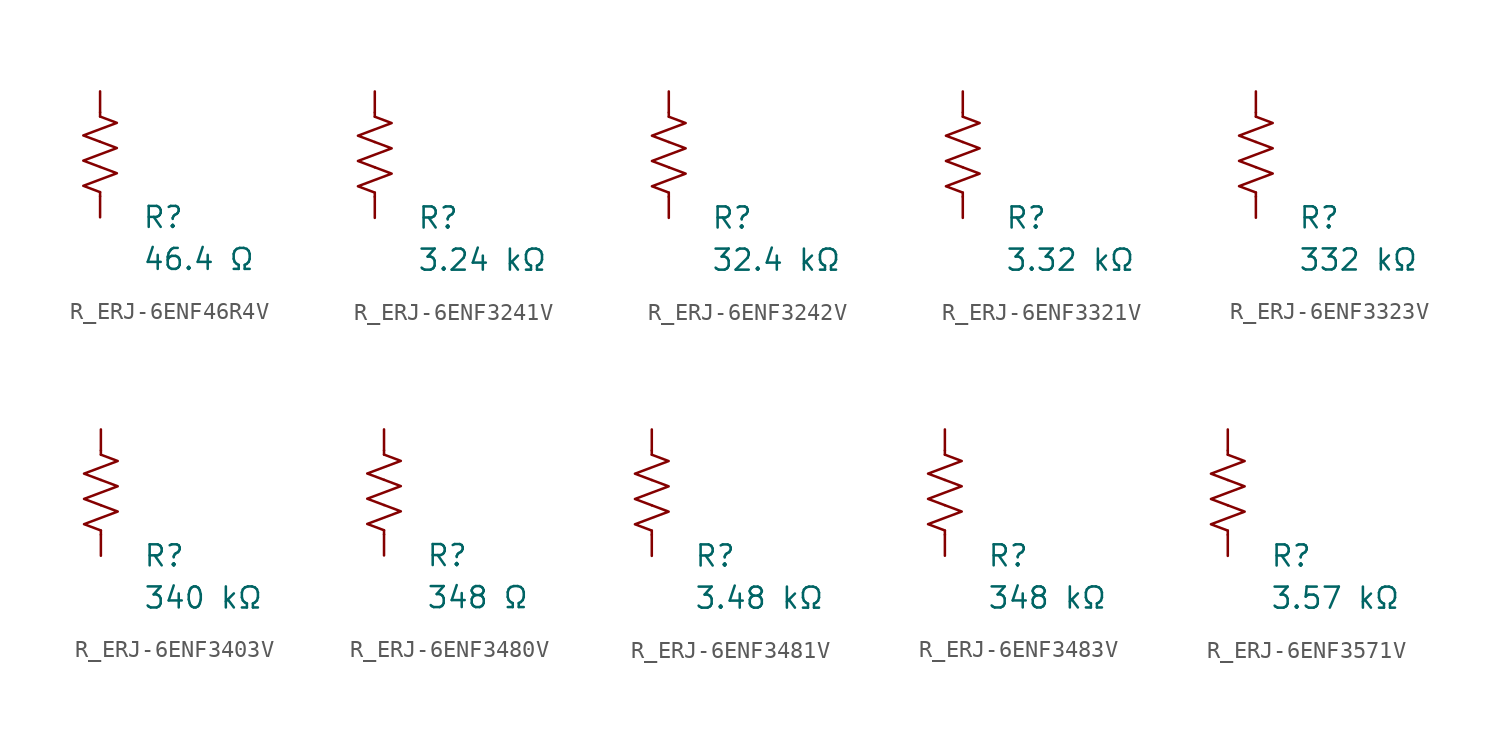
<source format=kicad_sym>
(kicad_symbol_lib
  (version 20231120)
  (generator "kicad_symbol_editor")
  (generator_version "8.0")
  (symbol "R_ERJ-6ENF46R4V"
    (pin_numbers hide)
    (pin_names
      (offset 0))
    (property "Reference" "R"
      (at 2.54 -3.81 0)
      (effects (font (size 1.27 1.27)) (justify left))
      (show_name no))
    (property "Value" "46.4 Ω"
      (at 2.54 -6.35 0)
      (effects (font (size 1.27 1.27)) (justify left))
      (show_name no))
    (symbol "R_ERJ-6ENF46R4V_0_1"
      (polyline (pts (xy 0 -2.286) (xy 0 -2.54)) (stroke (width 0) (type default)) (fill (type none)))
      (polyline (pts (xy 0 2.286) (xy 0 2.54)) (stroke (width 0) (type default)) (fill (type none)))
      (polyline (pts (xy 0 -0.762) (xy 1.016 -1.143) (xy 0 -1.524) (xy -1.016 -1.905) (xy 0 -2.286)) (stroke (width 0) (type default)) (fill (type none)))
      (polyline (pts (xy 0 0.762) (xy 1.016 0.381) (xy 0 0) (xy -1.016 -0.381) (xy 0 -0.762)) (stroke (width 0) (type default)) (fill (type none)))
      (polyline (pts (xy 0 2.286) (xy 1.016 1.905) (xy 0 1.524) (xy -1.016 1.143) (xy 0 0.762)) (stroke (width 0) (type default)) (fill (type none))))
    (symbol "R_ERJ-6ENF46R4V_1_1"
      (pin passive line (at 0 3.81 270) (length 1.27) (name "~" (effects (font (size 1.27 1.27)))) (number "1" (effects (font (size 1.27 1.27)))))
      (pin passive line (at 0 -3.81 90) (length 1.27) (name "~" (effects (font (size 1.27 1.27)))) (number "2" (effects (font (size 1.27 1.27)))))))
  (symbol "R_ERJ-6ENF3241V"
    (pin_numbers hide)
    (pin_names
      (offset 0))
    (property "Reference" "R"
      (at 2.54 -3.81 0)
      (effects (font (size 1.27 1.27)) (justify left))
      (show_name no))
    (property "Value" "3.24 kΩ"
      (at 2.54 -6.35 0)
      (effects (font (size 1.27 1.27)) (justify left))
      (show_name no))
    (symbol "R_ERJ-6ENF3241V_0_1"
      (polyline (pts (xy 0 -2.286) (xy 0 -2.54)) (stroke (width 0) (type default)) (fill (type none)))
      (polyline (pts (xy 0 2.286) (xy 0 2.54)) (stroke (width 0) (type default)) (fill (type none)))
      (polyline (pts (xy 0 -0.762) (xy 1.016 -1.143) (xy 0 -1.524) (xy -1.016 -1.905) (xy 0 -2.286)) (stroke (width 0) (type default)) (fill (type none)))
      (polyline (pts (xy 0 0.762) (xy 1.016 0.381) (xy 0 0) (xy -1.016 -0.381) (xy 0 -0.762)) (stroke (width 0) (type default)) (fill (type none)))
      (polyline (pts (xy 0 2.286) (xy 1.016 1.905) (xy 0 1.524) (xy -1.016 1.143) (xy 0 0.762)) (stroke (width 0) (type default)) (fill (type none))))
    (symbol "R_ERJ-6ENF3241V_1_1"
      (pin passive line (at 0 3.81 270) (length 1.27) (name "~" (effects (font (size 1.27 1.27)))) (number "1" (effects (font (size 1.27 1.27)))))
      (pin passive line (at 0 -3.81 90) (length 1.27) (name "~" (effects (font (size 1.27 1.27)))) (number "2" (effects (font (size 1.27 1.27)))))))
  (symbol "R_ERJ-6ENF3242V"
    (pin_numbers hide)
    (pin_names
      (offset 0))
    (property "Reference" "R"
      (at 2.54 -3.81 0)
      (effects (font (size 1.27 1.27)) (justify left))
      (show_name no))
    (property "Value" "32.4 kΩ"
      (at 2.54 -6.35 0)
      (effects (font (size 1.27 1.27)) (justify left))
      (show_name no))
    (symbol "R_ERJ-6ENF3242V_0_1"
      (polyline (pts (xy 0 -2.286) (xy 0 -2.54)) (stroke (width 0) (type default)) (fill (type none)))
      (polyline (pts (xy 0 2.286) (xy 0 2.54)) (stroke (width 0) (type default)) (fill (type none)))
      (polyline (pts (xy 0 -0.762) (xy 1.016 -1.143) (xy 0 -1.524) (xy -1.016 -1.905) (xy 0 -2.286)) (stroke (width 0) (type default)) (fill (type none)))
      (polyline (pts (xy 0 0.762) (xy 1.016 0.381) (xy 0 0) (xy -1.016 -0.381) (xy 0 -0.762)) (stroke (width 0) (type default)) (fill (type none)))
      (polyline (pts (xy 0 2.286) (xy 1.016 1.905) (xy 0 1.524) (xy -1.016 1.143) (xy 0 0.762)) (stroke (width 0) (type default)) (fill (type none))))
    (symbol "R_ERJ-6ENF3242V_1_1"
      (pin passive line (at 0 3.81 270) (length 1.27) (name "~" (effects (font (size 1.27 1.27)))) (number "1" (effects (font (size 1.27 1.27)))))
      (pin passive line (at 0 -3.81 90) (length 1.27) (name "~" (effects (font (size 1.27 1.27)))) (number "2" (effects (font (size 1.27 1.27)))))))
  (symbol "R_ERJ-6ENF3321V"
    (pin_numbers hide)
    (pin_names
      (offset 0))
    (property "Reference" "R"
      (at 2.54 -3.81 0)
      (effects (font (size 1.27 1.27)) (justify left))
      (show_name no))
    (property "Value" "3.32 kΩ"
      (at 2.54 -6.35 0)
      (effects (font (size 1.27 1.27)) (justify left))
      (show_name no))
    (symbol "R_ERJ-6ENF3321V_0_1"
      (polyline (pts (xy 0 -2.286) (xy 0 -2.54)) (stroke (width 0) (type default)) (fill (type none)))
      (polyline (pts (xy 0 2.286) (xy 0 2.54)) (stroke (width 0) (type default)) (fill (type none)))
      (polyline (pts (xy 0 -0.762) (xy 1.016 -1.143) (xy 0 -1.524) (xy -1.016 -1.905) (xy 0 -2.286)) (stroke (width 0) (type default)) (fill (type none)))
      (polyline (pts (xy 0 0.762) (xy 1.016 0.381) (xy 0 0) (xy -1.016 -0.381) (xy 0 -0.762)) (stroke (width 0) (type default)) (fill (type none)))
      (polyline (pts (xy 0 2.286) (xy 1.016 1.905) (xy 0 1.524) (xy -1.016 1.143) (xy 0 0.762)) (stroke (width 0) (type default)) (fill (type none))))
    (symbol "R_ERJ-6ENF3321V_1_1"
      (pin passive line (at 0 3.81 270) (length 1.27) (name "~" (effects (font (size 1.27 1.27)))) (number "1" (effects (font (size 1.27 1.27)))))
      (pin passive line (at 0 -3.81 90) (length 1.27) (name "~" (effects (font (size 1.27 1.27)))) (number "2" (effects (font (size 1.27 1.27)))))))
  (symbol "R_ERJ-6ENF3323V"
    (pin_numbers hide)
    (pin_names
      (offset 0))
    (property "Reference" "R"
      (at 2.54 -3.81 0)
      (effects (font (size 1.27 1.27)) (justify left))
      (show_name no))
    (property "Value" "332 kΩ"
      (at 2.54 -6.35 0)
      (effects (font (size 1.27 1.27)) (justify left))
      (show_name no))
    (symbol "R_ERJ-6ENF3323V_0_1"
      (polyline (pts (xy 0 -2.286) (xy 0 -2.54)) (stroke (width 0) (type default)) (fill (type none)))
      (polyline (pts (xy 0 2.286) (xy 0 2.54)) (stroke (width 0) (type default)) (fill (type none)))
      (polyline (pts (xy 0 -0.762) (xy 1.016 -1.143) (xy 0 -1.524) (xy -1.016 -1.905) (xy 0 -2.286)) (stroke (width 0) (type default)) (fill (type none)))
      (polyline (pts (xy 0 0.762) (xy 1.016 0.381) (xy 0 0) (xy -1.016 -0.381) (xy 0 -0.762)) (stroke (width 0) (type default)) (fill (type none)))
      (polyline (pts (xy 0 2.286) (xy 1.016 1.905) (xy 0 1.524) (xy -1.016 1.143) (xy 0 0.762)) (stroke (width 0) (type default)) (fill (type none))))
    (symbol "R_ERJ-6ENF3323V_1_1"
      (pin passive line (at 0 3.81 270) (length 1.27) (name "~" (effects (font (size 1.27 1.27)))) (number "1" (effects (font (size 1.27 1.27)))))
      (pin passive line (at 0 -3.81 90) (length 1.27) (name "~" (effects (font (size 1.27 1.27)))) (number "2" (effects (font (size 1.27 1.27)))))))
  (symbol "R_ERJ-6ENF3403V"
    (pin_numbers hide)
    (pin_names
      (offset 0))
    (property "Reference" "R"
      (at 2.54 -3.81 0)
      (effects (font (size 1.27 1.27)) (justify left))
      (show_name no))
    (property "Value" "340 kΩ"
      (at 2.54 -6.35 0)
      (effects (font (size 1.27 1.27)) (justify left))
      (show_name no))
    (symbol "R_ERJ-6ENF3403V_0_1"
      (polyline (pts (xy 0 -2.286) (xy 0 -2.54)) (stroke (width 0) (type default)) (fill (type none)))
      (polyline (pts (xy 0 2.286) (xy 0 2.54)) (stroke (width 0) (type default)) (fill (type none)))
      (polyline (pts (xy 0 -0.762) (xy 1.016 -1.143) (xy 0 -1.524) (xy -1.016 -1.905) (xy 0 -2.286)) (stroke (width 0) (type default)) (fill (type none)))
      (polyline (pts (xy 0 0.762) (xy 1.016 0.381) (xy 0 0) (xy -1.016 -0.381) (xy 0 -0.762)) (stroke (width 0) (type default)) (fill (type none)))
      (polyline (pts (xy 0 2.286) (xy 1.016 1.905) (xy 0 1.524) (xy -1.016 1.143) (xy 0 0.762)) (stroke (width 0) (type default)) (fill (type none))))
    (symbol "R_ERJ-6ENF3403V_1_1"
      (pin passive line (at 0 3.81 270) (length 1.27) (name "~" (effects (font (size 1.27 1.27)))) (number "1" (effects (font (size 1.27 1.27)))))
      (pin passive line (at 0 -3.81 90) (length 1.27) (name "~" (effects (font (size 1.27 1.27)))) (number "2" (effects (font (size 1.27 1.27)))))))
  (symbol "R_ERJ-6ENF3480V"
    (pin_numbers hide)
    (pin_names
      (offset 0))
    (property "Reference" "R"
      (at 2.54 -3.81 0)
      (effects (font (size 1.27 1.27)) (justify left))
      (show_name no))
    (property "Value" "348 Ω"
      (at 2.54 -6.35 0)
      (effects (font (size 1.27 1.27)) (justify left))
      (show_name no))
    (symbol "R_ERJ-6ENF3480V_0_1"
      (polyline (pts (xy 0 -2.286) (xy 0 -2.54)) (stroke (width 0) (type default)) (fill (type none)))
      (polyline (pts (xy 0 2.286) (xy 0 2.54)) (stroke (width 0) (type default)) (fill (type none)))
      (polyline (pts (xy 0 -0.762) (xy 1.016 -1.143) (xy 0 -1.524) (xy -1.016 -1.905) (xy 0 -2.286)) (stroke (width 0) (type default)) (fill (type none)))
      (polyline (pts (xy 0 0.762) (xy 1.016 0.381) (xy 0 0) (xy -1.016 -0.381) (xy 0 -0.762)) (stroke (width 0) (type default)) (fill (type none)))
      (polyline (pts (xy 0 2.286) (xy 1.016 1.905) (xy 0 1.524) (xy -1.016 1.143) (xy 0 0.762)) (stroke (width 0) (type default)) (fill (type none))))
    (symbol "R_ERJ-6ENF3480V_1_1"
      (pin passive line (at 0 3.81 270) (length 1.27) (name "~" (effects (font (size 1.27 1.27)))) (number "1" (effects (font (size 1.27 1.27)))))
      (pin passive line (at 0 -3.81 90) (length 1.27) (name "~" (effects (font (size 1.27 1.27)))) (number "2" (effects (font (size 1.27 1.27)))))))
  (symbol "R_ERJ-6ENF3481V"
    (pin_numbers hide)
    (pin_names
      (offset 0))
    (property "Reference" "R"
      (at 2.54 -3.81 0)
      (effects (font (size 1.27 1.27)) (justify left))
      (show_name no))
    (property "Value" "3.48 kΩ"
      (at 2.54 -6.35 0)
      (effects (font (size 1.27 1.27)) (justify left))
      (show_name no))
    (symbol "R_ERJ-6ENF3481V_0_1"
      (polyline (pts (xy 0 -2.286) (xy 0 -2.54)) (stroke (width 0) (type default)) (fill (type none)))
      (polyline (pts (xy 0 2.286) (xy 0 2.54)) (stroke (width 0) (type default)) (fill (type none)))
      (polyline (pts (xy 0 -0.762) (xy 1.016 -1.143) (xy 0 -1.524) (xy -1.016 -1.905) (xy 0 -2.286)) (stroke (width 0) (type default)) (fill (type none)))
      (polyline (pts (xy 0 0.762) (xy 1.016 0.381) (xy 0 0) (xy -1.016 -0.381) (xy 0 -0.762)) (stroke (width 0) (type default)) (fill (type none)))
      (polyline (pts (xy 0 2.286) (xy 1.016 1.905) (xy 0 1.524) (xy -1.016 1.143) (xy 0 0.762)) (stroke (width 0) (type default)) (fill (type none))))
    (symbol "R_ERJ-6ENF3481V_1_1"
      (pin passive line (at 0 3.81 270) (length 1.27) (name "~" (effects (font (size 1.27 1.27)))) (number "1" (effects (font (size 1.27 1.27)))))
      (pin passive line (at 0 -3.81 90) (length 1.27) (name "~" (effects (font (size 1.27 1.27)))) (number "2" (effects (font (size 1.27 1.27)))))))
  (symbol "R_ERJ-6ENF3483V"
    (pin_numbers hide)
    (pin_names
      (offset 0))
    (property "Reference" "R"
      (at 2.54 -3.81 0)
      (effects (font (size 1.27 1.27)) (justify left))
      (show_name no))
    (property "Value" "348 kΩ"
      (at 2.54 -6.35 0)
      (effects (font (size 1.27 1.27)) (justify left))
      (show_name no))
    (symbol "R_ERJ-6ENF3483V_0_1"
      (polyline (pts (xy 0 -2.286) (xy 0 -2.54)) (stroke (width 0) (type default)) (fill (type none)))
      (polyline (pts (xy 0 2.286) (xy 0 2.54)) (stroke (width 0) (type default)) (fill (type none)))
      (polyline (pts (xy 0 -0.762) (xy 1.016 -1.143) (xy 0 -1.524) (xy -1.016 -1.905) (xy 0 -2.286)) (stroke (width 0) (type default)) (fill (type none)))
      (polyline (pts (xy 0 0.762) (xy 1.016 0.381) (xy 0 0) (xy -1.016 -0.381) (xy 0 -0.762)) (stroke (width 0) (type default)) (fill (type none)))
      (polyline (pts (xy 0 2.286) (xy 1.016 1.905) (xy 0 1.524) (xy -1.016 1.143) (xy 0 0.762)) (stroke (width 0) (type default)) (fill (type none))))
    (symbol "R_ERJ-6ENF3483V_1_1"
      (pin passive line (at 0 3.81 270) (length 1.27) (name "~" (effects (font (size 1.27 1.27)))) (number "1" (effects (font (size 1.27 1.27)))))
      (pin passive line (at 0 -3.81 90) (length 1.27) (name "~" (effects (font (size 1.27 1.27)))) (number "2" (effects (font (size 1.27 1.27)))))))
  (symbol "R_ERJ-6ENF3571V"
    (pin_numbers hide)
    (pin_names
      (offset 0))
    (property "Reference" "R"
      (at 2.54 -3.81 0)
      (effects (font (size 1.27 1.27)) (justify left))
      (show_name no))
    (property "Value" "3.57 kΩ"
      (at 2.54 -6.35 0)
      (effects (font (size 1.27 1.27)) (justify left))
      (show_name no))
    (symbol "R_ERJ-6ENF3571V_0_1"
      (polyline (pts (xy 0 -2.286) (xy 0 -2.54)) (stroke (width 0) (type default)) (fill (type none)))
      (polyline (pts (xy 0 2.286) (xy 0 2.54)) (stroke (width 0) (type default)) (fill (type none)))
      (polyline (pts (xy 0 -0.762) (xy 1.016 -1.143) (xy 0 -1.524) (xy -1.016 -1.905) (xy 0 -2.286)) (stroke (width 0) (type default)) (fill (type none)))
      (polyline (pts (xy 0 0.762) (xy 1.016 0.381) (xy 0 0) (xy -1.016 -0.381) (xy 0 -0.762)) (stroke (width 0) (type default)) (fill (type none)))
      (polyline (pts (xy 0 2.286) (xy 1.016 1.905) (xy 0 1.524) (xy -1.016 1.143) (xy 0 0.762)) (stroke (width 0) (type default)) (fill (type none))))
    (symbol "R_ERJ-6ENF3571V_1_1"
      (pin passive line (at 0 3.81 270) (length 1.27) (name "~" (effects (font (size 1.27 1.27)))) (number "1" (effects (font (size 1.27 1.27)))))
      (pin passive line (at 0 -3.81 90) (length 1.27) (name "~" (effects (font (size 1.27 1.27)))) (number "2" (effects (font (size 1.27 1.27))))))))
</source>
